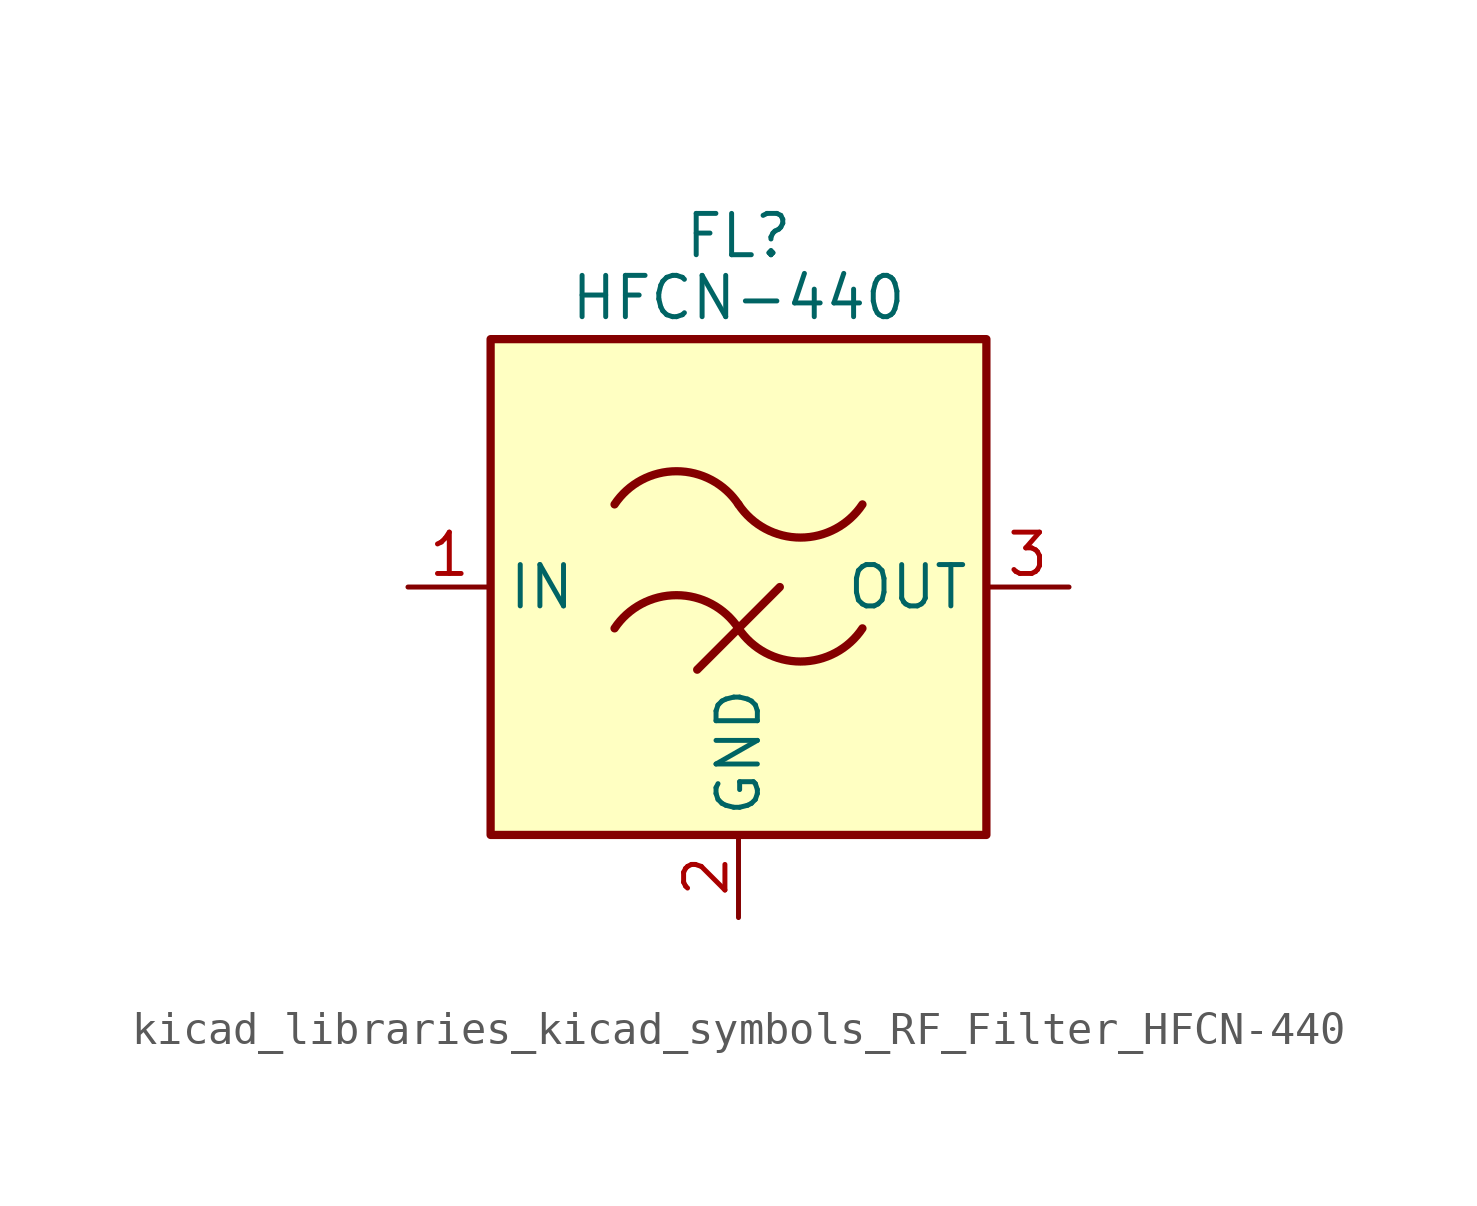
<source format=kicad_sym>
(kicad_symbol_lib
  (version 20220914)
  (generator kicad_symbol_editor)
  (symbol "kicad_libraries_kicad_symbols_RF_Filter_HFCN-440"
    (property "Reference" "FL"
      (at 0 10.795 0)
      (effects (font (size 1.27 1.27))))
    (property "Value" "HFCN-440"
      (at 0 8.89 0)
      (effects (font (size 1.27 1.27))))
    (symbol "kicad_libraries_kicad_symbols_RF_Filter_HFCN-440_0_1"
      (rectangle (start -7.62 7.62) (end 7.62 -7.62) (stroke (width 0.254) (type default)) (fill (type background)))
      (arc (start 0 -1.27) (mid -1.905 -0.2505) (end -3.81 -1.27) (stroke (width 0.254) (type default)) (fill (type none)))
      (arc (start 0 -1.27) (mid 1.905 -2.2895) (end 3.81 -1.27) (stroke (width 0.254) (type default)) (fill (type none)))
      (polyline (pts (xy -1.27 -2.54) (xy 1.27 0)) (stroke (width 0.254) (type default)) (fill (type none)))
      (arc (start 0 2.54) (mid -1.905 3.5595) (end -3.81 2.54) (stroke (width 0.254) (type default)) (fill (type none)))
      (arc (start 0 2.54) (mid 1.905 1.5205) (end 3.81 2.54) (stroke (width 0.254) (type default)) (fill (type none))))
    (symbol "kicad_libraries_kicad_symbols_RF_Filter_HFCN-440_1_1"
      (pin passive line (at -10.16 0 0) (length 2.54) (name "IN" (effects (font (size 1.27 1.27)))) (number "1" (effects (font (size 1.27 1.27)))))
      (pin passive line (at 0 -10.16 90) (length 2.54) (name "GND" (effects (font (size 1.27 1.27)))) (number "2" (effects (font (size 1.27 1.27)))))
      (pin passive line (at 10.16 0 180) (length 2.54) (name "OUT" (effects (font (size 1.27 1.27)))) (number "3" (effects (font (size 1.27 1.27)))))
      (pin passive line (at 0 -10.16 90) (length 2.54) hide (name "GND" (effects (font (size 1.27 1.27)))) (number "4" (effects (font (size 1.27 1.27))))))))
</source>
